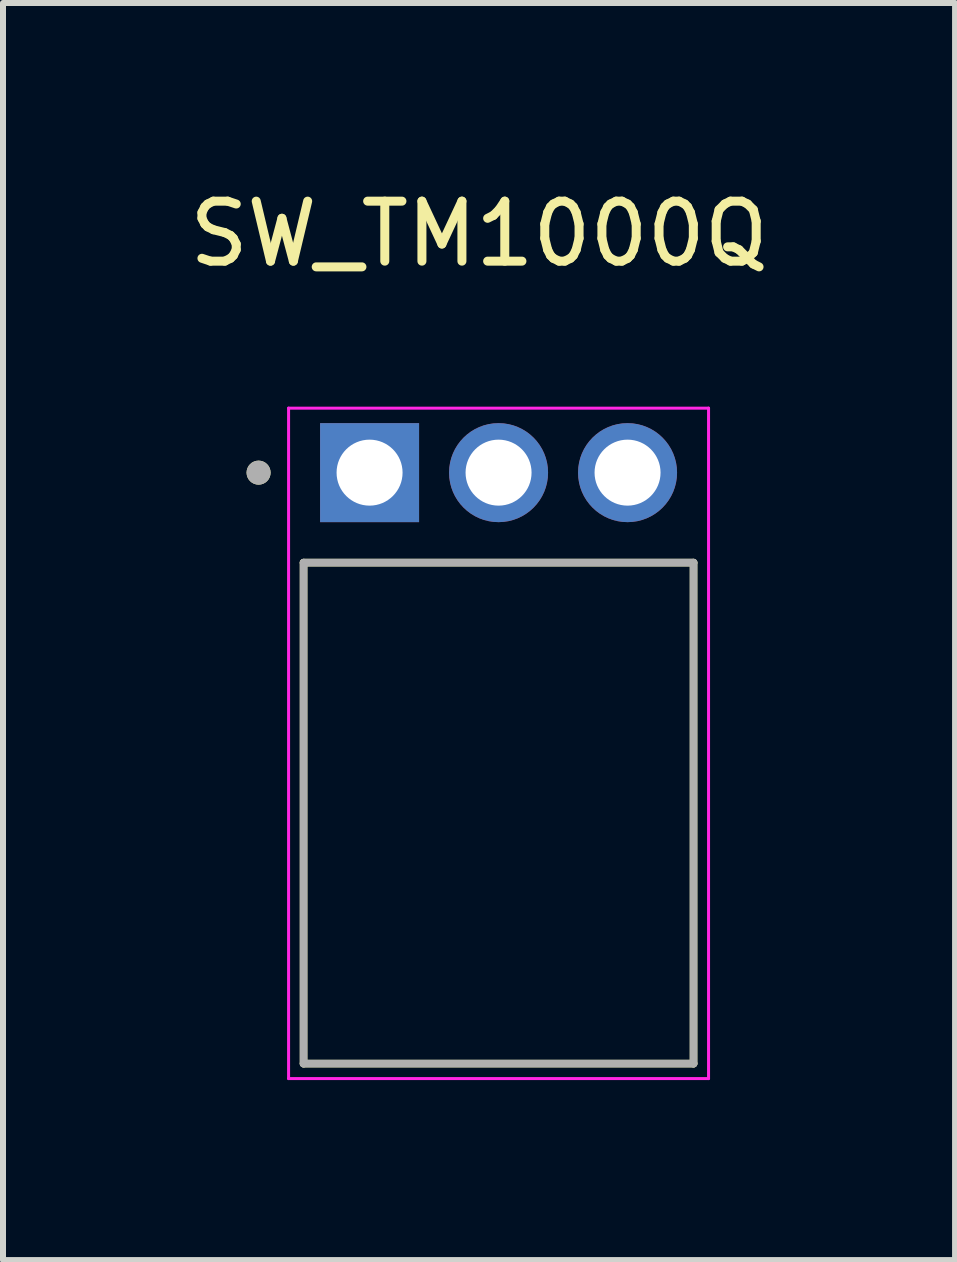
<source format=kicad_pcb>
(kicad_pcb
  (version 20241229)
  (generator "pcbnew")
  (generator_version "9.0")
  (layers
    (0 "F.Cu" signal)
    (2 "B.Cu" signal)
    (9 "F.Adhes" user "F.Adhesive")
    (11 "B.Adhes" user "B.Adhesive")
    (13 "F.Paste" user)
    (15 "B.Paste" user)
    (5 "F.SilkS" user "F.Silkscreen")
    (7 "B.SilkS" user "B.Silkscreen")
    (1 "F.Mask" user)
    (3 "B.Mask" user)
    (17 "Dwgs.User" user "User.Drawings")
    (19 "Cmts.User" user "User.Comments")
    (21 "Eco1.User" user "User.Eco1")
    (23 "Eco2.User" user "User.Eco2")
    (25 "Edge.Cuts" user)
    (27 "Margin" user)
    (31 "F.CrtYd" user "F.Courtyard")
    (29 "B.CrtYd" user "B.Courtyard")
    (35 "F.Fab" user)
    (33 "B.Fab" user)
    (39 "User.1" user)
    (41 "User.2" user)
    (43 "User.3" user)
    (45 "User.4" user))
  (footprint "SW_TM1000Q"
    (layer "F.Cu")
    (at 5.26 4.828)
    (property "Reference" "SW_TM1000Q" (at -0.325 -3.98 0) (layer "F.SilkS") (effects (font (size 1 1) (thickness 0.15))))
    (attr through_hole)
    (fp_line (start -3.25 1.5) (end -3.25 9.85) (stroke (width 0.127) (type solid)) (layer "F.SilkS"))
    (fp_line (start -3.25 9.85) (end 3.25 9.85) (stroke (width 0.127) (type solid)) (layer "F.SilkS"))
    (fp_line (start 3.25 1.5) (end -3.25 1.5) (stroke (width 0.127) (type solid)) (layer "F.SilkS"))
    (fp_line (start 3.25 9.85) (end 3.25 1.5) (stroke (width 0.127) (type solid)) (layer "F.SilkS"))
    (fp_circle (center -4 0) (end -3.9 0) (stroke (width 0.2) (type solid)) (fill no) (layer "F.SilkS"))
    (fp_line (start -3.5 -1.075) (end -3.5 10.1) (stroke (width 0.05) (type solid)) (layer "F.CrtYd"))
    (fp_line (start -3.5 10.1) (end 3.5 10.1) (stroke (width 0.05) (type solid)) (layer "F.CrtYd"))
    (fp_line (start 3.5 -1.075) (end -3.5 -1.075) (stroke (width 0.05) (type solid)) (layer "F.CrtYd"))
    (fp_line (start 3.5 10.1) (end 3.5 -1.075) (stroke (width 0.05) (type solid)) (layer "F.CrtYd"))
    (fp_line (start -3.25 1.5) (end -3.25 9.85) (stroke (width 0.127) (type solid)) (layer "F.Fab"))
    (fp_line (start -3.25 9.85) (end 3.25 9.85) (stroke (width 0.127) (type solid)) (layer "F.Fab"))
    (fp_line (start 3.25 1.5) (end -3.25 1.5) (stroke (width 0.127) (type solid)) (layer "F.Fab"))
    (fp_line (start 3.25 9.85) (end 3.25 1.5) (stroke (width 0.127) (type solid)) (layer "F.Fab"))
    (fp_circle (center -4 0) (end -3.9 0) (stroke (width 0.2) (type solid)) (fill no) (layer "F.Fab"))
    (pad "1" thru_hole rect (at -2.15 0) (size 1.65 1.65) (drill 1.1) (layers "*.Cu" "*.Mask"))
    (pad "2" thru_hole circle (at 0 0) (size 1.65 1.65) (drill 1.1) (layers "*.Cu" "*.Mask"))
    (pad "3" thru_hole circle (at 2.15 0) (size 1.65 1.65) (drill 1.1) (layers "*.Cu" "*.Mask")))
  (gr_rect
    (start -3 -3)
    (end 12.869 17.953)
    (stroke (width 0.1) (type default))
    (fill no)
    (layer "Edge.Cuts")))
</source>
